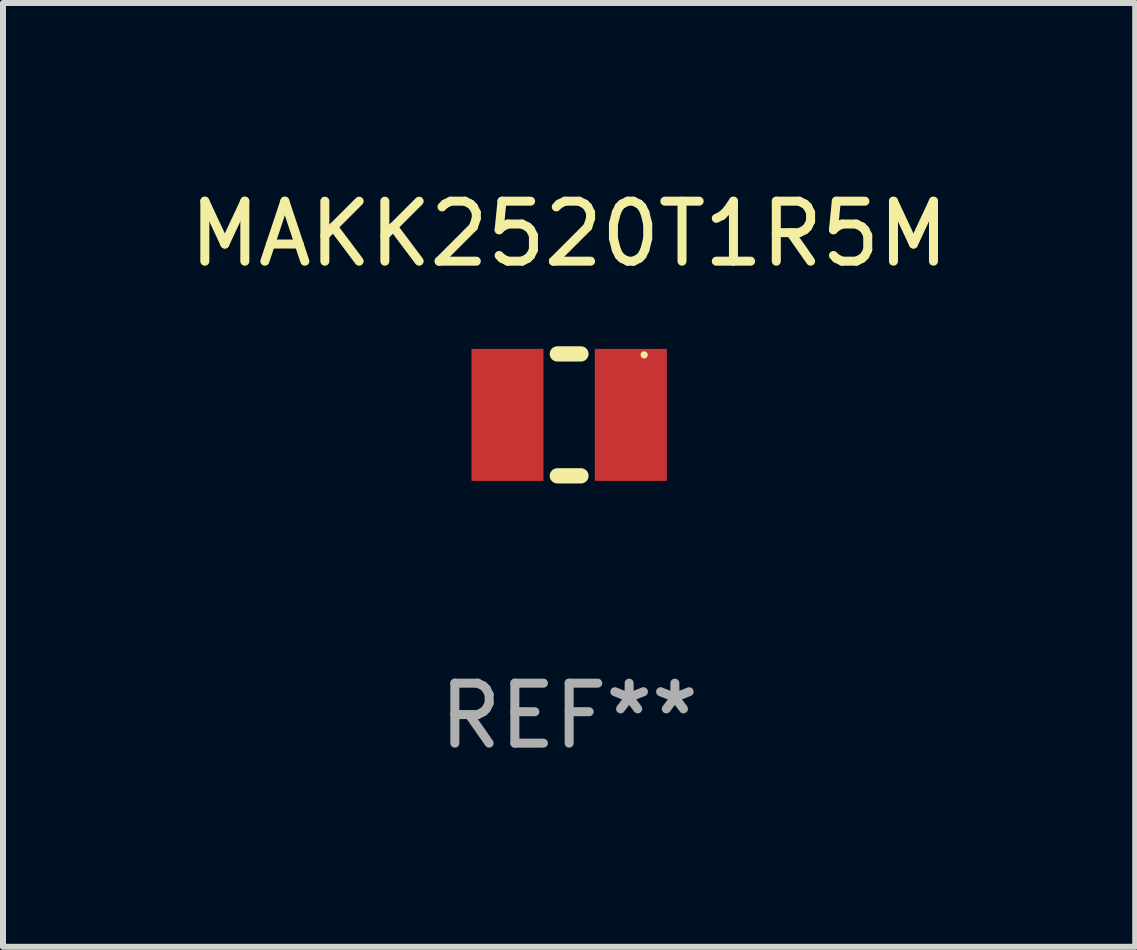
<source format=kicad_pcb>
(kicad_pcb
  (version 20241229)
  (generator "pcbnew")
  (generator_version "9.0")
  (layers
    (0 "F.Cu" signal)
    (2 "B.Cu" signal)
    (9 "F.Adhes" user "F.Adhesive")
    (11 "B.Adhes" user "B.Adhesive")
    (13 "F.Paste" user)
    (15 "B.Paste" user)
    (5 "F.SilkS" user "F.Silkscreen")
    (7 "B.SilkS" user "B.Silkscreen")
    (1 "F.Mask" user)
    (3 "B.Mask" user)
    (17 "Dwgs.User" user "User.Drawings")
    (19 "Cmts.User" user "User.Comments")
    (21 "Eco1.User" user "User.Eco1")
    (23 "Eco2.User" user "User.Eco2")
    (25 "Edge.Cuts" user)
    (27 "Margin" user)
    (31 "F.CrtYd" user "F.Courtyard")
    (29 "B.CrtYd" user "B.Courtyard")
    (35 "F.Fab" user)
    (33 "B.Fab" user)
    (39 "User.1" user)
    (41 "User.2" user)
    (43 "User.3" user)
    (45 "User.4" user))
  (footprint "MAKK2520T1R5M"
    (layer "F.Cu")
    (at 6.435 3.864)
    (property "Reference" "MAKK2520T1R5M" (at 0 -3.016 0) (layer "F.SilkS") (effects (font (size 1 1) (thickness 0.15))))
    (attr through_hole)
    (fp_line (start -0.197 1.016) (end 0.197 1.016) (stroke (width 0.254) (type solid)) (layer "F.SilkS"))
    (fp_line (start 0.197 -1.016) (end -0.197 -1.016) (stroke (width 0.254) (type solid)) (layer "F.SilkS"))
    (fp_circle (center 1.25 -1) (end 1.28 -1) (stroke (width 0.06) (type solid)) (fill no) (layer "F.SilkS"))
    (fp_text user "REF**" (at 0 5.016 0) (layer "F.Fab") (effects (font (size 1 1) (thickness 0.15))))
    (pad "1" smd rect (at 1.028 0) (size 1.2 2.2) (layers "F.Cu" "F.Mask" "F.Paste"))
    (pad "2" smd rect (at -1.028 0) (size 1.2 2.2) (layers "F.Cu" "F.Mask" "F.Paste")))
  (gr_rect
    (start -3 -3)
    (end 15.869 12.729)
    (stroke (width 0.1) (type default))
    (fill no)
    (layer "Edge.Cuts")))
</source>
